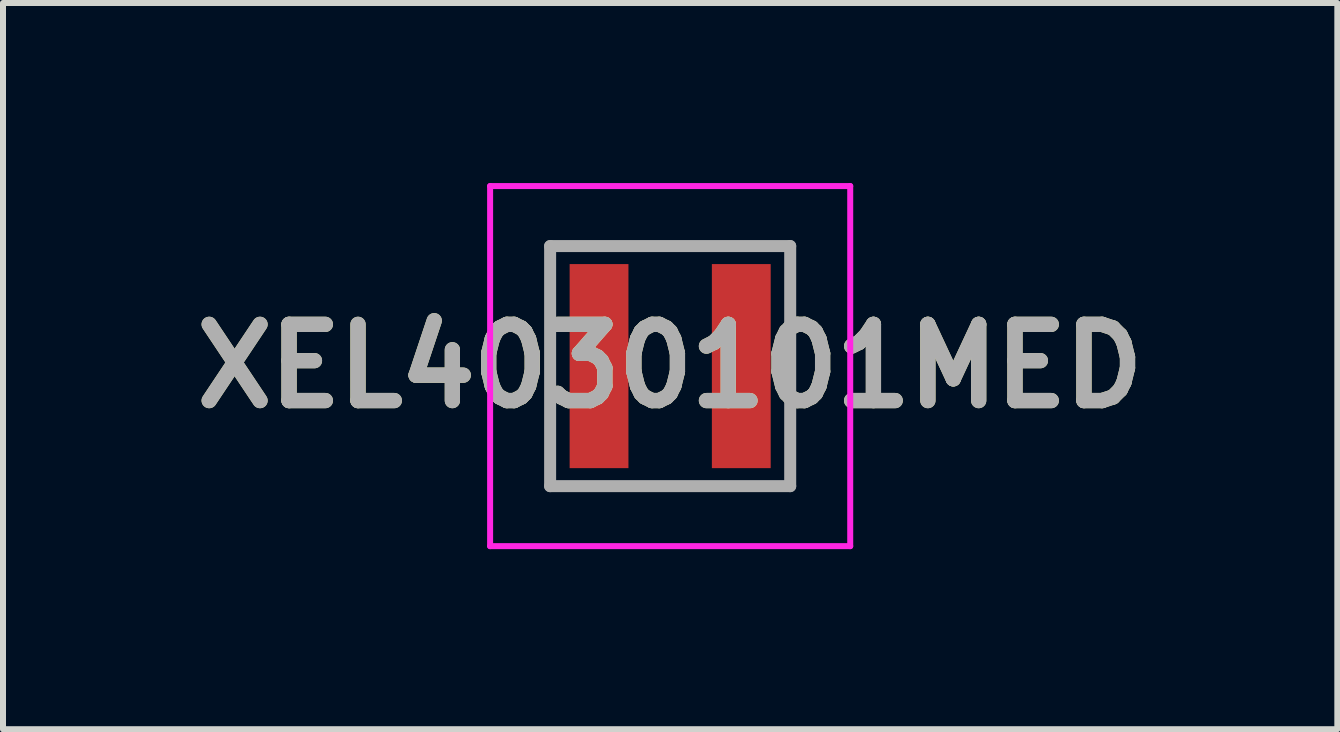
<source format=kicad_pcb>
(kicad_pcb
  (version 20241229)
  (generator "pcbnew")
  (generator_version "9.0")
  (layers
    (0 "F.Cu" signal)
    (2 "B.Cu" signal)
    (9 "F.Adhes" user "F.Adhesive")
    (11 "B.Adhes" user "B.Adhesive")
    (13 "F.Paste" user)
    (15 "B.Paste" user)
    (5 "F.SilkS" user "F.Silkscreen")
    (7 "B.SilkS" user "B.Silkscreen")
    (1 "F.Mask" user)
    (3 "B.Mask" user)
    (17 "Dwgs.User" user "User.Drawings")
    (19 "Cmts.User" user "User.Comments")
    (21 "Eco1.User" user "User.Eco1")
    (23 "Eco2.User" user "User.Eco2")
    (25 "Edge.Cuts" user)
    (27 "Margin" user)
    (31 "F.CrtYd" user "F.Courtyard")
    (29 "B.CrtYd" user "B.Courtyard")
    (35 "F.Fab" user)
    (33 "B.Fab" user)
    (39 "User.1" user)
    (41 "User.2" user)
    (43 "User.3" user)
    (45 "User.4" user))
  (footprint "XEL4030101MED"
    (layer "F.Cu")
    (at 8.116 3.05)
    (property "Reference" "XEL4030101MED" (at 0 0 0) (layer "F.SilkS") (effects (font (size 1.27 1.27) (thickness 0.254))))
    (attr smd)
    (fp_line (start -2 -2) (end 2 -2) (stroke (width 0.1) (type solid)) (layer "F.SilkS"))
    (fp_line (start -2 2) (end -2 -2) (stroke (width 0.1) (type solid)) (layer "F.SilkS"))
    (fp_line (start 2 -2) (end 2 2) (stroke (width 0.1) (type solid)) (layer "F.SilkS"))
    (fp_line (start 2 2) (end -2 2) (stroke (width 0.1) (type solid)) (layer "F.SilkS"))
    (fp_line (start -3 -3) (end 3 -3) (stroke (width 0.1) (type solid)) (layer "F.CrtYd"))
    (fp_line (start -3 3) (end -3 -3) (stroke (width 0.1) (type solid)) (layer "F.CrtYd"))
    (fp_line (start 3 -3) (end 3 3) (stroke (width 0.1) (type solid)) (layer "F.CrtYd"))
    (fp_line (start 3 3) (end -3 3) (stroke (width 0.1) (type solid)) (layer "F.CrtYd"))
    (fp_line (start -2 -2) (end 2 -2) (stroke (width 0.2) (type solid)) (layer "F.Fab"))
    (fp_line (start -2 2) (end -2 -2) (stroke (width 0.2) (type solid)) (layer "F.Fab"))
    (fp_line (start 2 -2) (end 2 2) (stroke (width 0.2) (type solid)) (layer "F.Fab"))
    (fp_line (start 2 2) (end -2 2) (stroke (width 0.2) (type solid)) (layer "F.Fab"))
    (fp_text user "${REFERENCE}" (at 0 0 0) (layer "F.Fab") (effects (font (size 1.27 1.27) (thickness 0.254))))
    (pad "1" smd rect (at -1.185 0) (size 0.98 3.4) (layers "F.Cu" "F.Mask" "F.Paste"))
    (pad "2" smd rect (at 1.185 0) (size 0.98 3.4) (layers "F.Cu" "F.Mask" "F.Paste")))
  (gr_rect
    (start -3 -3)
    (end 19.232 9.1)
    (stroke (width 0.1) (type default))
    (fill no)
    (layer "Edge.Cuts")))
</source>
